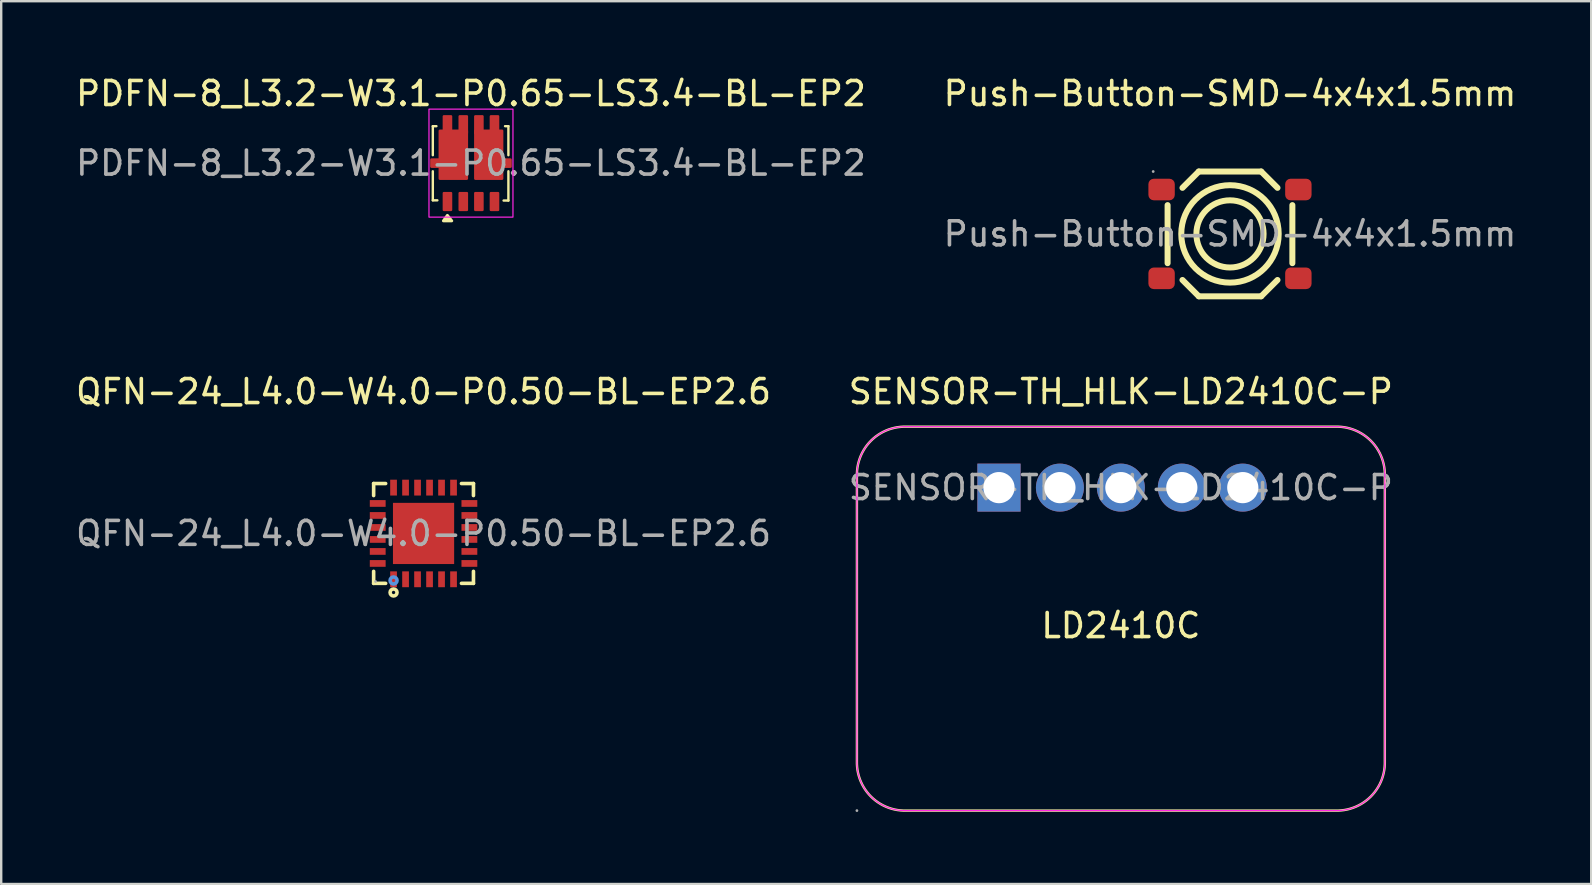
<source format=kicad_pcb>
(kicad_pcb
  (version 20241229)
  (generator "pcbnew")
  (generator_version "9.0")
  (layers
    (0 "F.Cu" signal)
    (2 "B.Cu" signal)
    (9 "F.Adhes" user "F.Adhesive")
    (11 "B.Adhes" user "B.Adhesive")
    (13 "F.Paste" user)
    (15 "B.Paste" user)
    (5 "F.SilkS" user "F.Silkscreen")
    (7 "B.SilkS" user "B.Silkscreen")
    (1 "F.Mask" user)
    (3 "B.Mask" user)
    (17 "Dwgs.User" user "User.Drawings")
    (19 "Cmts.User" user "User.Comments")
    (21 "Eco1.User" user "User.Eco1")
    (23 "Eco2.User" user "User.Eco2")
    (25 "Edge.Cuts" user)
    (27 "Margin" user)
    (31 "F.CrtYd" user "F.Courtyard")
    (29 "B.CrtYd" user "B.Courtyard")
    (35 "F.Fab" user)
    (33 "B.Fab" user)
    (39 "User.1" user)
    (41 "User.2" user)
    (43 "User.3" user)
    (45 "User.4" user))
  (footprint "PDFN-8_L3.2-W3.1-P0.65-LS3.4-BL-EP2"
    (layer "F.Cu")
    (at 16.577 3.748)
    (property "Reference" "PDFN-8_L3.2-W3.1-P0.65-LS3.4-BL-EP2" (at 0 -2.9 0) (layer "F.SilkS") (effects (font (size 1 1) (thickness 0.15))))
    (attr smd)
    (fp_line (start -1.59 -1.54) (end -1.59 -0.33) (stroke (width 0.1) (type solid)) (layer "F.SilkS"))
    (fp_line (start -1.59 -1.54) (end -1.44 -1.54) (stroke (width 0.1) (type solid)) (layer "F.SilkS"))
    (fp_line (start -1.59 0.34) (end -1.59 1.55) (stroke (width 0.1) (type solid)) (layer "F.SilkS"))
    (fp_line (start -1.59 1.55) (end -1.4 1.55) (stroke (width 0.1) (type solid)) (layer "F.SilkS"))
    (fp_line (start 1.36 1.56) (end 1.56 1.56) (stroke (width 0.1) (type solid)) (layer "F.SilkS"))
    (fp_line (start 1.42 -1.54) (end 1.56 -1.54) (stroke (width 0.1) (type solid)) (layer "F.SilkS"))
    (fp_line (start 1.56 -1.54) (end 1.56 -0.33) (stroke (width 0.1) (type solid)) (layer "F.SilkS"))
    (fp_line (start 1.56 0.34) (end 1.56 1.56) (stroke (width 0.1) (type solid)) (layer "F.SilkS"))
    (fp_poly (pts (xy -0.983 2.176) (xy -0.8 2.406) (xy -1.15 2.406) (xy -0.983 2.176)) (stroke (width 0.12) (type solid)) (fill yes) (layer "F.SilkS"))
    (fp_rect (start -1.75 -2.25) (end 1.75 2.25) (stroke (width 0.05) (type default)) (fill no) (layer "F.CrtYd"))
    (fp_text user "${REFERENCE}" (at 0 0 0) (layer "F.Fab") (effects (font (size 1 1) (thickness 0.15))))
    (pad "1" smd roundrect (at -0.98 1.6) (size 0.4 0.8) (layers "F.Cu" "F.Mask" "F.Paste") (roundrect_rratio 0.125))
    (pad "2" smd roundrect (at -0.32 1.6) (size 0.4 0.8) (layers "F.Cu" "F.Mask" "F.Paste") (roundrect_rratio 0.125))
    (pad "3" smd roundrect (at 0.33 1.6) (size 0.4 0.8) (layers "F.Cu" "F.Mask" "F.Paste") (roundrect_rratio 0.125))
    (pad "4" smd roundrect (at 0.98 1.6) (size 0.4 0.8) (layers "F.Cu" "F.Mask" "F.Paste") (roundrect_rratio 0.125))
    (pad "5" smd roundrect (at -0.98 -1.6 180) (size 0.4 0.8) (layers "F.Cu" "F.Mask" "F.Paste") (roundrect_rratio 0.125))
    (pad "5" smd custom (at -0.75 0) (size 1 1) (layers "F.Cu" "F.Mask" "F.Paste") (options (anchor circle)) (primitives (gr_poly (pts (xy -0.9 0.15) (xy -0.9 -0.15) (xy -0.55 -0.15) (xy -0.55 -1.35) (xy 0.58 -1.35) (xy 0.58 0.65) (xy -0.55 0.65) (xy -0.55 0.15)) (width 0.1) (fill yes))))
    (pad "5" smd roundrect (at -0.32 -1.6 180) (size 0.4 0.8) (layers "F.Cu" "F.Mask" "F.Paste") (roundrect_rratio 0.125))
    (pad "6" smd roundrect (at 0.33 -1.6 180) (size 0.4 0.8) (layers "F.Cu" "F.Mask" "F.Paste") (roundrect_rratio 0.125))
    (pad "6" smd custom (at 0.75 0) (size 1 1) (layers "F.Cu" "F.Mask" "F.Paste") (options (anchor circle)) (primitives (gr_poly (pts (xy 0.9 0.15) (xy 0.9 -0.15) (xy 0.55 -0.15) (xy 0.55 -1.35) (xy -0.57 -1.35) (xy -0.57 0.65) (xy 0.55 0.65) (xy 0.55 0.15)) (width 0.1) (fill yes))))
    (pad "6" smd roundrect (at 0.98 -1.6 180) (size 0.4 0.8) (layers "F.Cu" "F.Mask" "F.Paste") (roundrect_rratio 0.125)))
  (footprint "Push-Button-SMD-4x4x1.5mm"
    (layer "F.Cu")
    (at 48.208 6.698)
    (property "Reference" "Push-Button-SMD-4x4x1.5mm" (at 0 -5.85 0) (layer "F.SilkS") (effects (font (size 1 1) (thickness 0.15))))
    (attr smd)
    (fp_line (start -2.6 -1.2) (end -2.6 1.22) (stroke (width 0.25) (type solid)) (layer "F.SilkS"))
    (fp_line (start -1.98 1.92) (end -1.3 2.6) (stroke (width 0.25) (type solid)) (layer "F.SilkS"))
    (fp_line (start -1.3 -2.6) (end -1.98 -1.92) (stroke (width 0.25) (type solid)) (layer "F.SilkS"))
    (fp_line (start -1.3 2.6) (end 1.3 2.6) (stroke (width 0.25) (type solid)) (layer "F.SilkS"))
    (fp_line (start 1.3 -2.6) (end -1.3 -2.6) (stroke (width 0.25) (type solid)) (layer "F.SilkS"))
    (fp_line (start 1.3 2.6) (end 1.98 1.92) (stroke (width 0.25) (type solid)) (layer "F.SilkS"))
    (fp_line (start 1.98 -1.92) (end 1.3 -2.6) (stroke (width 0.25) (type solid)) (layer "F.SilkS"))
    (fp_line (start 2.6 -1.2) (end 2.6 1.22) (stroke (width 0.25) (type solid)) (layer "F.SilkS"))
    (fp_circle (center 0 0) (end 1.4 0) (stroke (width 0.25) (type solid)) (fill no) (layer "F.SilkS"))
    (fp_circle (center 0 0) (end 2.03 0) (stroke (width 0.25) (type solid)) (fill no) (layer "F.SilkS"))
    (fp_circle (center -3.2 -2.6) (end -3.17 -2.6) (stroke (width 0.06) (type solid)) (fill no) (layer "F.Fab"))
    (fp_text user "${REFERENCE}" (at 0 0 0) (layer "F.Fab") (effects (font (size 1 1) (thickness 0.15))))
    (pad "1" smd roundrect (at -2.85 -1.85) (size 1.1 0.9) (layers "F.Cu" "F.Mask" "F.Paste") (roundrect_rratio 0.25))
    (pad "2" smd roundrect (at 2.85 -1.85) (size 1.1 0.9) (layers "F.Cu" "F.Mask" "F.Paste") (roundrect_rratio 0.25))
    (pad "3" smd roundrect (at -2.85 1.85) (size 1.1 0.9) (layers "F.Cu" "F.Mask" "F.Paste") (roundrect_rratio 0.25))
    (pad "4" smd roundrect (at 2.85 1.85) (size 1.1 0.9) (layers "F.Cu" "F.Mask" "F.Paste") (roundrect_rratio 0.25)))
  (footprint "QFN-24_L4.0-W4.0-P0.50-BL-EP2.6"
    (layer "F.Cu")
    (at 14.601 19.181)
    (property "Reference" "QFN-24_L4.0-W4.0-P0.50-BL-EP2.6" (at 0 -5.91 0) (layer "F.SilkS") (effects (font (size 1 1) (thickness 0.15))))
    (attr smd)
    (fp_line (start -2.08 -2.08) (end -1.58 -2.08) (stroke (width 0.15) (type solid)) (layer "F.SilkS"))
    (fp_line (start -2.08 -1.58) (end -2.08 -2.08) (stroke (width 0.15) (type solid)) (layer "F.SilkS"))
    (fp_line (start -2.08 1.58) (end -2.08 2.08) (stroke (width 0.15) (type solid)) (layer "F.SilkS"))
    (fp_line (start -2.08 2.08) (end -1.58 2.08) (stroke (width 0.15) (type solid)) (layer "F.SilkS"))
    (fp_line (start 2.08 -2.08) (end 1.58 -2.08) (stroke (width 0.15) (type solid)) (layer "F.SilkS"))
    (fp_line (start 2.08 -1.58) (end 2.08 -2.08) (stroke (width 0.15) (type solid)) (layer "F.SilkS"))
    (fp_line (start 2.08 1.58) (end 2.08 2.08) (stroke (width 0.15) (type solid)) (layer "F.SilkS"))
    (fp_line (start 2.08 2.08) (end 1.58 2.08) (stroke (width 0.15) (type solid)) (layer "F.SilkS"))
    (fp_circle (center -1.25 2.46) (end -1.18 2.46) (stroke (width 0.15) (type solid)) (fill no) (layer "F.SilkS"))
    (fp_circle (center -1.25 1.96) (end -1.18 1.96) (stroke (width 0.15) (type solid)) (fill no) (layer "Cmts.User"))
    (fp_circle (center -2 2) (end -1.97 2) (stroke (width 0.06) (type solid)) (fill no) (layer "F.Fab"))
    (fp_text user "${REFERENCE}" (at 0 0 0) (layer "F.Fab") (effects (font (size 1 1) (thickness 0.15))))
    (pad "1" smd rect (at -1.25 1.91) (size 0.28 0.66) (layers "F.Cu" "F.Mask" "F.Paste"))
    (pad "2" smd rect (at -0.75 1.91) (size 0.28 0.66) (layers "F.Cu" "F.Mask" "F.Paste"))
    (pad "3" smd rect (at -0.25 1.91) (size 0.28 0.66) (layers "F.Cu" "F.Mask" "F.Paste"))
    (pad "4" smd rect (at 0.25 1.91) (size 0.28 0.66) (layers "F.Cu" "F.Mask" "F.Paste"))
    (pad "5" smd rect (at 0.75 1.91) (size 0.28 0.66) (layers "F.Cu" "F.Mask" "F.Paste"))
    (pad "6" smd rect (at 1.25 1.91) (size 0.28 0.66) (layers "F.Cu" "F.Mask" "F.Paste"))
    (pad "7" smd rect (at 1.91 1.25) (size 0.66 0.28) (layers "F.Cu" "F.Mask" "F.Paste"))
    (pad "8" smd rect (at 1.91 0.75) (size 0.66 0.28) (layers "F.Cu" "F.Mask" "F.Paste"))
    (pad "9" smd rect (at 1.91 0.25) (size 0.66 0.28) (layers "F.Cu" "F.Mask" "F.Paste"))
    (pad "10" smd rect (at 1.91 -0.25) (size 0.66 0.28) (layers "F.Cu" "F.Mask" "F.Paste"))
    (pad "11" smd rect (at 1.91 -0.75) (size 0.66 0.28) (layers "F.Cu" "F.Mask" "F.Paste"))
    (pad "12" smd rect (at 1.91 -1.25) (size 0.66 0.28) (layers "F.Cu" "F.Mask" "F.Paste"))
    (pad "13" smd rect (at 1.25 -1.91) (size 0.28 0.66) (layers "F.Cu" "F.Mask" "F.Paste"))
    (pad "14" smd rect (at 0.75 -1.91) (size 0.28 0.66) (layers "F.Cu" "F.Mask" "F.Paste"))
    (pad "15" smd rect (at 0.25 -1.91) (size 0.28 0.66) (layers "F.Cu" "F.Mask" "F.Paste"))
    (pad "16" smd rect (at -0.25 -1.91) (size 0.28 0.66) (layers "F.Cu" "F.Mask" "F.Paste"))
    (pad "17" smd rect (at -0.75 -1.91) (size 0.28 0.66) (layers "F.Cu" "F.Mask" "F.Paste"))
    (pad "18" smd rect (at -1.25 -1.91) (size 0.28 0.66) (layers "F.Cu" "F.Mask" "F.Paste"))
    (pad "19" smd rect (at -1.91 -1.25) (size 0.66 0.28) (layers "F.Cu" "F.Mask" "F.Paste"))
    (pad "20" smd rect (at -1.91 -0.75) (size 0.66 0.28) (layers "F.Cu" "F.Mask" "F.Paste"))
    (pad "21" smd rect (at -1.91 -0.25) (size 0.66 0.28) (layers "F.Cu" "F.Mask" "F.Paste"))
    (pad "22" smd rect (at -1.91 0.25) (size 0.66 0.28) (layers "F.Cu" "F.Mask" "F.Paste"))
    (pad "23" smd rect (at -1.91 0.75) (size 0.66 0.28) (layers "F.Cu" "F.Mask" "F.Paste"))
    (pad "24" smd rect (at -1.91 1.25) (size 0.66 0.28) (layers "F.Cu" "F.Mask" "F.Paste"))
    (pad "25" smd rect (at 0 0) (size 2.55 2.55) (layers "F.Cu" "F.Mask" "F.Paste")))
  (footprint "SENSOR-TH_HLK-LD2410C-P"
    (layer "F.Cu")
    (at 43.661 17.271)
    (property "Reference" "SENSOR-TH_HLK-LD2410C-P" (at 0 -4 0) (layer "F.SilkS") (effects (font (size 1 1) (thickness 0.15))))
    (attr through_hole)
    (fp_poly (pts (arc (start 9 13.46) (mid 10.414214 12.874214) (end 11 11.46)) (arc (start 11 -0.54) (mid 10.414214 -1.954214) (end 9 -2.54)) (arc (start -9 -2.54) (mid -10.414214 -1.954214) (end -11 -0.54)) (arc (start -11 11.46) (mid -10.414214 12.874214) (end -9 13.46))) (stroke (width 0.1) (type solid)) (fill no) (layer "F.SilkS"))
    (fp_poly (pts (arc (start 9 13.46) (mid 10.414214 12.874214) (end 11 11.46)) (arc (start 11 -0.54) (mid 10.414214 -1.954214) (end 9 -2.54)) (arc (start -9 -2.54) (mid -10.414214 -1.954214) (end -11 -0.54)) (arc (start -11 11.46) (mid -10.414214 12.874214) (end -9 13.46))) (stroke (width 0.05) (type solid)) (fill no) (layer "F.CrtYd"))
    (fp_circle (center -11 13.46) (end -10.97 13.46) (stroke (width 0.06) (type solid)) (fill no) (layer "F.Fab"))
    (fp_text user "LD2410C" (at 0 5.75 0) (unlocked yes) (layer "F.SilkS") (effects (font (size 1 1) (thickness 0.15))))
    (fp_text user "${REFERENCE}" (at 0 0 0) (layer "F.Fab") (effects (font (size 1 1) (thickness 0.15))))
    (pad "1" thru_hole rect (at -5.08 0) (size 1.8 2) (drill 1.3) (layers "*.Cu" "*.Mask"))
    (pad "2" thru_hole circle (at -2.54 0) (size 2 2) (drill 1.3) (layers "*.Cu" "*.Mask"))
    (pad "3" thru_hole circle (at 0 0) (size 2 2) (drill 1.3) (layers "*.Cu" "*.Mask"))
    (pad "4" thru_hole circle (at 2.54 0) (size 2 2) (drill 1.3) (layers "*.Cu" "*.Mask"))
    (pad "5" thru_hole circle (at 5.08 0) (size 2 2) (drill 1.3) (layers "*.Cu" "*.Mask")))
  (gr_rect
    (start -3 -3)
    (end 63.262 33.791)
    (stroke (width 0.1) (type default))
    (fill no)
    (layer "Edge.Cuts")))
</source>
